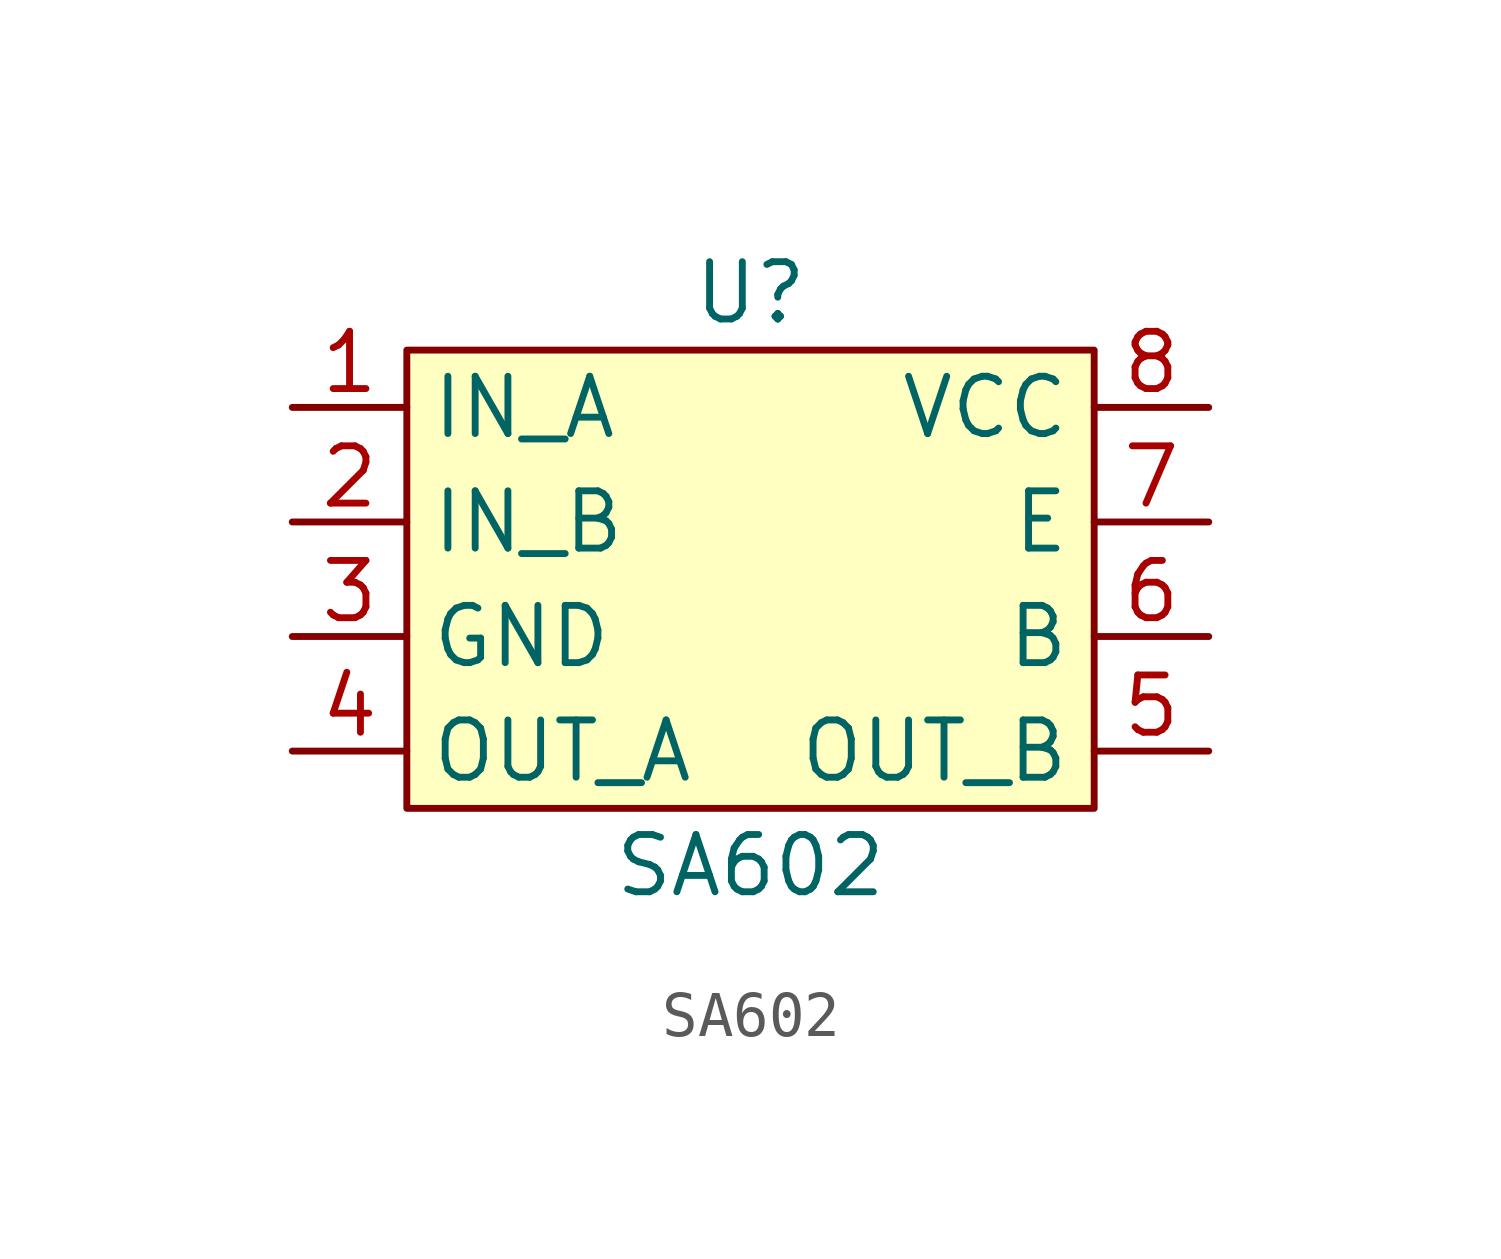
<source format=kicad_sym>
(kicad_symbol_lib
  (version 20211014)
  (generator kicad_symbol_editor)
  (symbol "SA602"
    (property "Reference" "U"
      (at 0 6.35 0)
      (effects (font (size 1.27 1.27))))
    (property "Value" "SA602"
      (at 0 -6.35 0)
      (effects (font (size 1.27 1.27))))
    (symbol "SA602_0_1"
      (rectangle (start -7.62 5.08) (end 7.62 -5.08) (stroke (width 0) (type default) (color 0 0 0 0)) (fill (type background))))
    (symbol "SA602_1_1"
      (pin input line (at -10.16 3.81 0) (length 2.54) (name "IN_A" (effects (font (size 1.27 1.27)))) (number "1" (effects (font (size 1.27 1.27)))))
      (pin input line (at -10.16 1.27 0) (length 2.54) (name "IN_B" (effects (font (size 1.27 1.27)))) (number "2" (effects (font (size 1.27 1.27)))))
      (pin power_in line (at -10.16 -1.27 0) (length 2.54) (name "GND" (effects (font (size 1.27 1.27)))) (number "3" (effects (font (size 1.27 1.27)))))
      (pin output line (at -10.16 -3.81 0) (length 2.54) (name "OUT_A" (effects (font (size 1.27 1.27)))) (number "4" (effects (font (size 1.27 1.27)))))
      (pin output line (at 10.16 -3.81 180) (length 2.54) (name "OUT_B" (effects (font (size 1.27 1.27)))) (number "5" (effects (font (size 1.27 1.27)))))
      (pin input line (at 10.16 -1.27 180) (length 2.54) (name "B" (effects (font (size 1.27 1.27)))) (number "6" (effects (font (size 1.27 1.27)))))
      (pin output line (at 10.16 1.27 180) (length 2.54) (name "E" (effects (font (size 1.27 1.27)))) (number "7" (effects (font (size 1.27 1.27)))))
      (pin power_in line (at 10.16 3.81 180) (length 2.54) (name "VCC" (effects (font (size 1.27 1.27)))) (number "8" (effects (font (size 1.27 1.27))))))))
</source>
